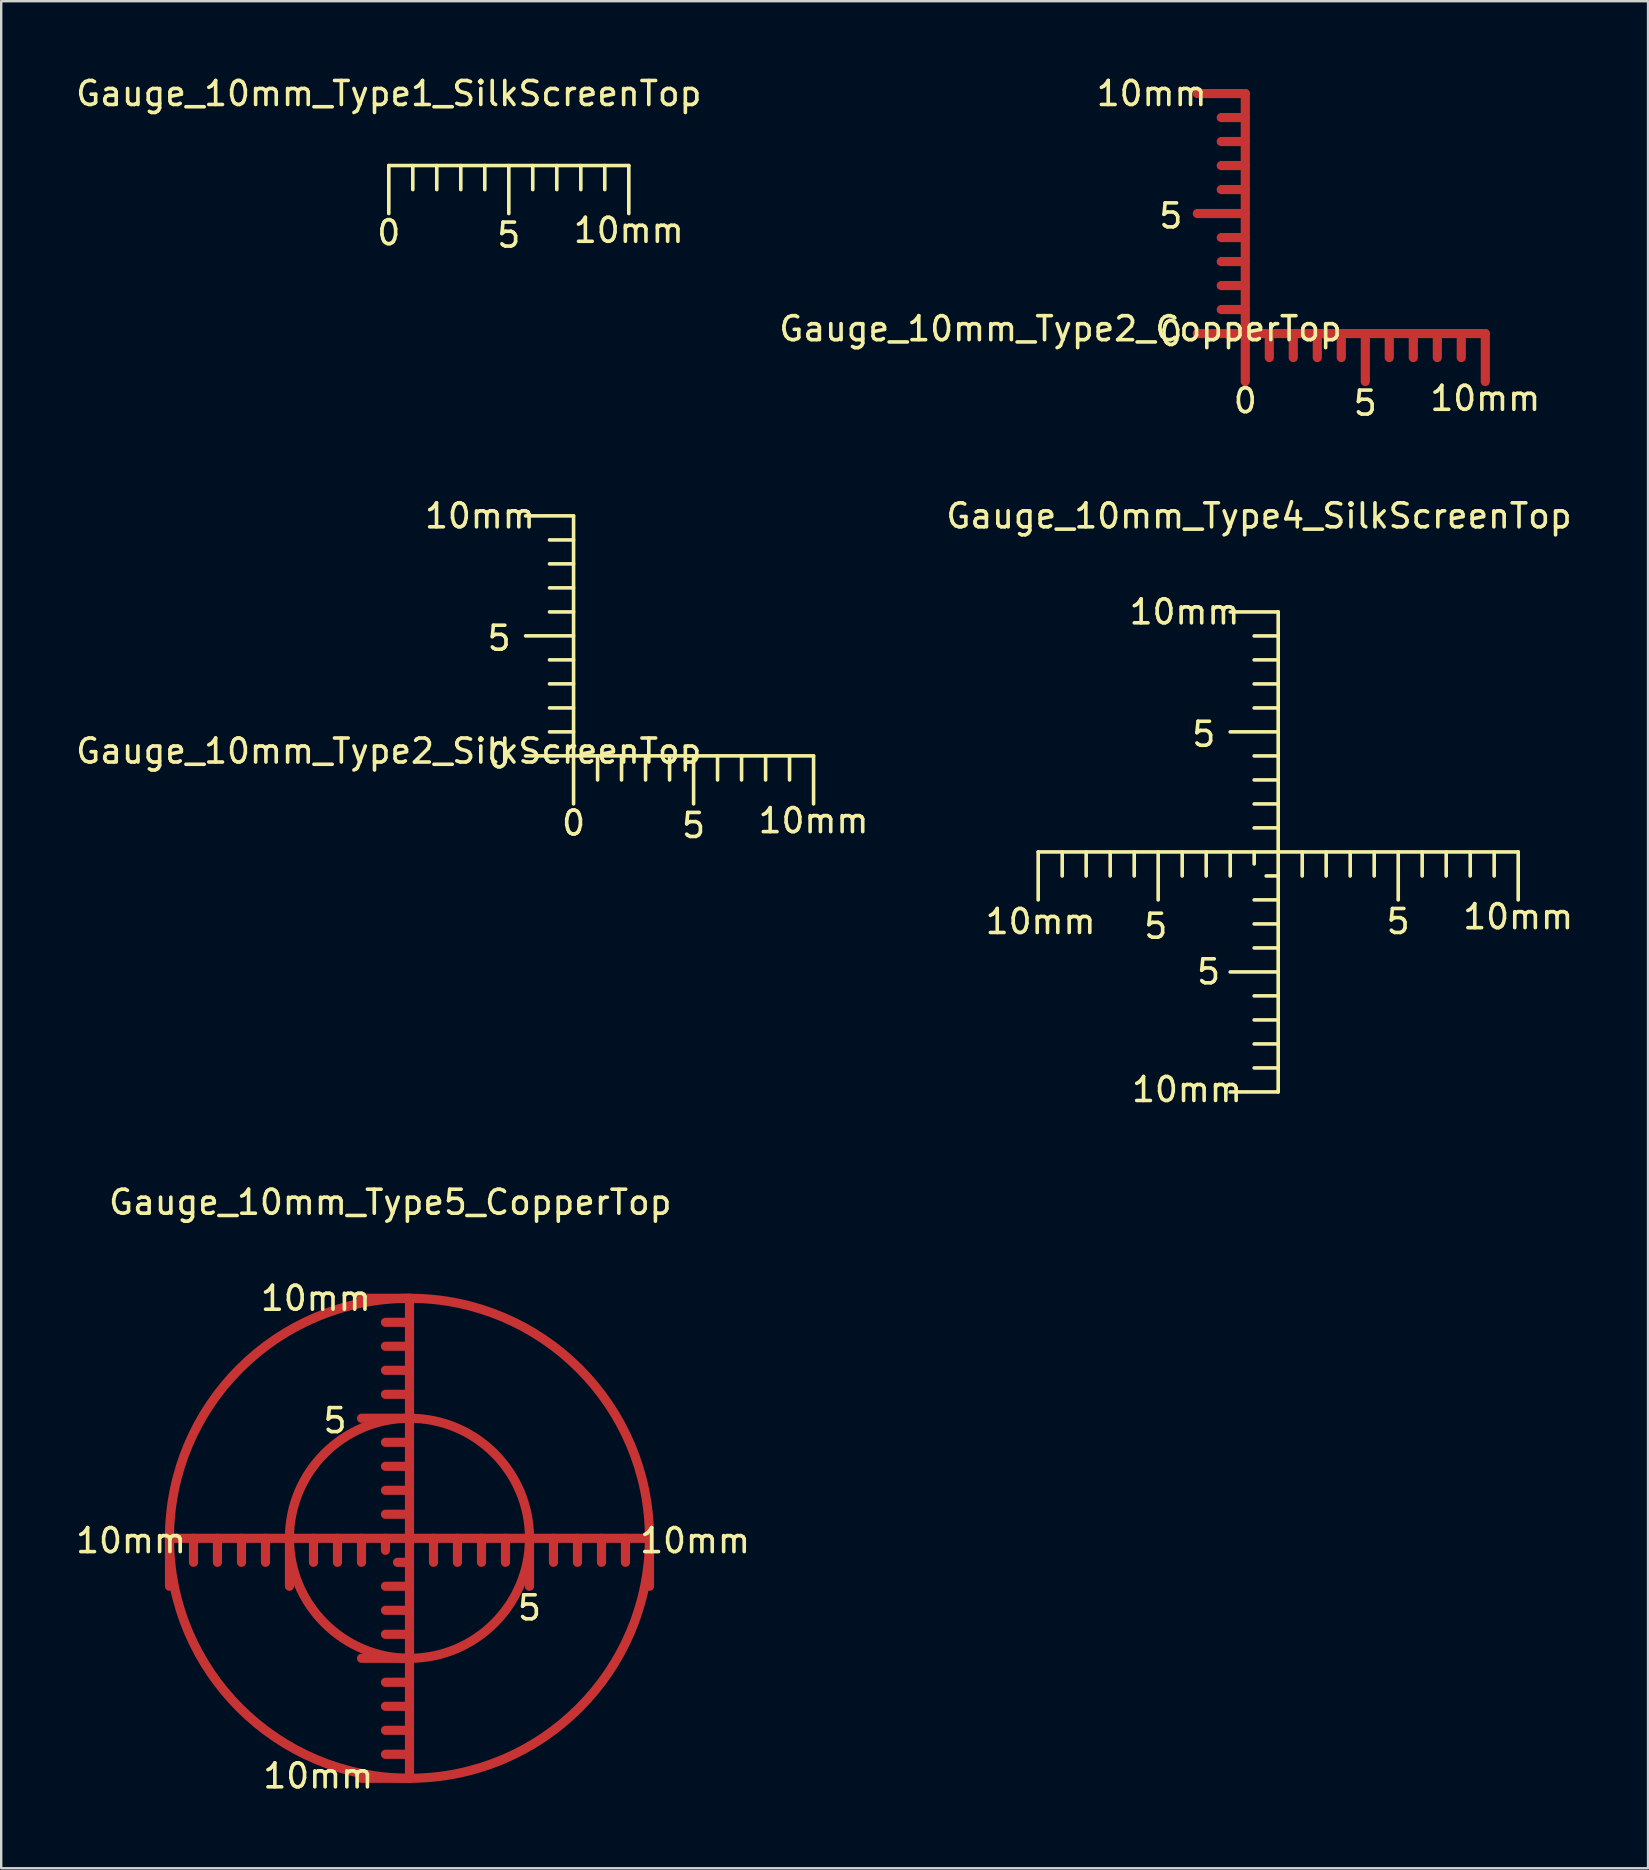
<source format=kicad_pcb>
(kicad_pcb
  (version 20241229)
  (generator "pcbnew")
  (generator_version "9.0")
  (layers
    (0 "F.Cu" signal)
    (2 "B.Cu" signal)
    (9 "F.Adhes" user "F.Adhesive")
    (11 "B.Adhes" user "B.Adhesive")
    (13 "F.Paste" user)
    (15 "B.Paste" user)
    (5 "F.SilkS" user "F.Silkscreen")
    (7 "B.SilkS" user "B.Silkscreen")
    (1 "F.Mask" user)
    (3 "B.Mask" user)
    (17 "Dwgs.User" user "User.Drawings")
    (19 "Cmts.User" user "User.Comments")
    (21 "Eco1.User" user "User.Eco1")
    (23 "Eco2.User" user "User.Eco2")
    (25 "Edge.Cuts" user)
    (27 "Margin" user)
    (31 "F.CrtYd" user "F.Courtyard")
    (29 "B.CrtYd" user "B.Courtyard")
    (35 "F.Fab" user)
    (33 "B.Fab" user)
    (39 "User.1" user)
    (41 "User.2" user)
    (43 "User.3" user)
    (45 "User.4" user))
  (footprint "Gauge_10mm_Type2_CopperTop"
    (layer "F.Cu")
    (at 48.836 10.848)
    (property "Reference" "Gauge_10mm_Type2_CopperTop" (at -7.699 -0.201 0) (layer "F.SilkS") (effects (font (size 1 1) (thickness 0.15))))
    (attr exclude_from_pos_files exclude_from_bom)
    (fp_line (start 0 -10) (end -1.999 -10) (stroke (width 0.381) (type solid)) (layer "F.Cu"))
    (fp_line (start 0 -8.999) (end -1.001 -8.999) (stroke (width 0.381) (type solid)) (layer "F.Cu"))
    (fp_line (start 0 -8.001) (end -1.001 -8.001) (stroke (width 0.381) (type solid)) (layer "F.Cu"))
    (fp_line (start 0 -7) (end -1.001 -7) (stroke (width 0.381) (type solid)) (layer "F.Cu"))
    (fp_line (start 0 -5.999) (end -1.001 -5.999) (stroke (width 0.381) (type solid)) (layer "F.Cu"))
    (fp_line (start 0 -5.001) (end -1.999 -5.001) (stroke (width 0.381) (type solid)) (layer "F.Cu"))
    (fp_line (start 0 -4) (end -1.001 -4) (stroke (width 0.381) (type solid)) (layer "F.Cu"))
    (fp_line (start 0 -3) (end -1.001 -3) (stroke (width 0.381) (type solid)) (layer "F.Cu"))
    (fp_line (start 0 -1.999) (end -1.001 -1.999) (stroke (width 0.381) (type solid)) (layer "F.Cu"))
    (fp_line (start 0 -1.001) (end -1.001 -1.001) (stroke (width 0.381) (type solid)) (layer "F.Cu"))
    (fp_line (start 0 0) (end -1.999 0) (stroke (width 0.381) (type solid)) (layer "F.Cu"))
    (fp_line (start 0 0) (end 0 -10) (stroke (width 0.381) (type solid)) (layer "F.Cu"))
    (fp_line (start 0 0) (end 0 1.999) (stroke (width 0.381) (type solid)) (layer "F.Cu"))
    (fp_line (start 0 0) (end 10 0) (stroke (width 0.381) (type solid)) (layer "F.Cu"))
    (fp_line (start 1.001 0) (end 1.001 1.001) (stroke (width 0.381) (type solid)) (layer "F.Cu"))
    (fp_line (start 1.999 0) (end 1.999 1.001) (stroke (width 0.381) (type solid)) (layer "F.Cu"))
    (fp_line (start 3 0) (end 3 1.001) (stroke (width 0.381) (type solid)) (layer "F.Cu"))
    (fp_line (start 4 0) (end 4 1.001) (stroke (width 0.381) (type solid)) (layer "F.Cu"))
    (fp_line (start 5.001 0) (end 5.001 1.999) (stroke (width 0.381) (type solid)) (layer "F.Cu"))
    (fp_line (start 5.999 0) (end 5.999 1.001) (stroke (width 0.381) (type solid)) (layer "F.Cu"))
    (fp_line (start 7 0) (end 7 1.001) (stroke (width 0.381) (type solid)) (layer "F.Cu"))
    (fp_line (start 8.001 0) (end 8.001 1.001) (stroke (width 0.381) (type solid)) (layer "F.Cu"))
    (fp_line (start 8.999 0) (end 8.999 1.001) (stroke (width 0.381) (type solid)) (layer "F.Cu"))
    (fp_line (start 10 0) (end 10 1.999) (stroke (width 0.381) (type solid)) (layer "F.Cu"))
    (fp_text user "5" (at 4.999 2.901 0) (layer "F.SilkS") (effects (font (size 1 1) (thickness 0.15))))
    (fp_text user "0" (at 0 2.799 0) (layer "F.SilkS") (effects (font (size 1 1) (thickness 0.15))))
    (fp_text user "10mm" (at 10 2.7 0) (layer "F.SilkS") (effects (font (size 1 1) (thickness 0.15))))
    (fp_text user "5" (at -3.101 -4.9 0) (layer "F.SilkS") (effects (font (size 1 1) (thickness 0.15))))
    (fp_text user "0" (at -3.101 0 0) (layer "F.SilkS") (effects (font (size 1 1) (thickness 0.15))))
    (fp_text user "10mm" (at -3.901 -10 0) (layer "F.SilkS") (effects (font (size 1 1) (thickness 0.15)))))
  (footprint "Gauge_10mm_Type2_SilkScreenTop"
    (layer "F.Cu")
    (at 20.848 28.445)
    (property "Reference" "Gauge_10mm_Type2_SilkScreenTop" (at -7.699 -0.201 0) (layer "F.SilkS") (effects (font (size 1 1) (thickness 0.15))))
    (attr exclude_from_pos_files exclude_from_bom)
    (fp_line (start 0 -10) (end -1.999 -10) (stroke (width 0.15) (type solid)) (layer "F.SilkS"))
    (fp_line (start 0 -8.999) (end -1.001 -8.999) (stroke (width 0.15) (type solid)) (layer "F.SilkS"))
    (fp_line (start 0 -8.001) (end -1.001 -8.001) (stroke (width 0.15) (type solid)) (layer "F.SilkS"))
    (fp_line (start 0 -7) (end -1.001 -7) (stroke (width 0.15) (type solid)) (layer "F.SilkS"))
    (fp_line (start 0 -5.999) (end -1.001 -5.999) (stroke (width 0.15) (type solid)) (layer "F.SilkS"))
    (fp_line (start 0 -5.001) (end -1.999 -5.001) (stroke (width 0.15) (type solid)) (layer "F.SilkS"))
    (fp_line (start 0 -4) (end -1.001 -4) (stroke (width 0.15) (type solid)) (layer "F.SilkS"))
    (fp_line (start 0 -3) (end -1.001 -3) (stroke (width 0.15) (type solid)) (layer "F.SilkS"))
    (fp_line (start 0 -1.999) (end -1.001 -1.999) (stroke (width 0.15) (type solid)) (layer "F.SilkS"))
    (fp_line (start 0 -1.001) (end -1.001 -1.001) (stroke (width 0.15) (type solid)) (layer "F.SilkS"))
    (fp_line (start 0 0) (end -1.999 0) (stroke (width 0.15) (type solid)) (layer "F.SilkS"))
    (fp_line (start 0 0) (end 0 -10) (stroke (width 0.15) (type solid)) (layer "F.SilkS"))
    (fp_line (start 0 0) (end 0 1.999) (stroke (width 0.15) (type solid)) (layer "F.SilkS"))
    (fp_line (start 0 0) (end 10 0) (stroke (width 0.15) (type solid)) (layer "F.SilkS"))
    (fp_line (start 1.001 0) (end 1.001 1.001) (stroke (width 0.15) (type solid)) (layer "F.SilkS"))
    (fp_line (start 1.999 0) (end 1.999 1.001) (stroke (width 0.15) (type solid)) (layer "F.SilkS"))
    (fp_line (start 3 0) (end 3 1.001) (stroke (width 0.15) (type solid)) (layer "F.SilkS"))
    (fp_line (start 4 0) (end 4 1.001) (stroke (width 0.15) (type solid)) (layer "F.SilkS"))
    (fp_line (start 5.001 0) (end 5.001 1.999) (stroke (width 0.15) (type solid)) (layer "F.SilkS"))
    (fp_line (start 5.999 0) (end 5.999 1.001) (stroke (width 0.15) (type solid)) (layer "F.SilkS"))
    (fp_line (start 7 0) (end 7 1.001) (stroke (width 0.15) (type solid)) (layer "F.SilkS"))
    (fp_line (start 8.001 0) (end 8.001 1.001) (stroke (width 0.15) (type solid)) (layer "F.SilkS"))
    (fp_line (start 8.999 0) (end 8.999 1.001) (stroke (width 0.15) (type solid)) (layer "F.SilkS"))
    (fp_line (start 10 0) (end 10 1.999) (stroke (width 0.15) (type solid)) (layer "F.SilkS"))
    (fp_text user "10mm" (at 10 2.7 0) (layer "F.SilkS") (effects (font (size 1 1) (thickness 0.15))))
    (fp_text user "0" (at -3.101 0 0) (layer "F.SilkS") (effects (font (size 1 1) (thickness 0.15))))
    (fp_text user "5" (at -3.101 -4.9 0) (layer "F.SilkS") (effects (font (size 1 1) (thickness 0.15))))
    (fp_text user "5" (at 4.999 2.901 0) (layer "F.SilkS") (effects (font (size 1 1) (thickness 0.15))))
    (fp_text user "10mm" (at -3.901 -10 0) (layer "F.SilkS") (effects (font (size 1 1) (thickness 0.15))))
    (fp_text user "0" (at 0 2.799 0) (layer "F.SilkS") (effects (font (size 1 1) (thickness 0.15)))))
  (footprint "Gauge_10mm_Type4_SilkScreenTop"
    (layer "F.Cu")
    (at 50.207 32.446)
    (property "Reference" "Gauge_10mm_Type4_SilkScreenTop" (at -0.8 -14 0) (layer "F.SilkS") (effects (font (size 1 1) (thickness 0.15))))
    (attr exclude_from_pos_files exclude_from_bom)
    (fp_line (start -10 0) (end -10 1.999) (stroke (width 0.15) (type solid)) (layer "F.SilkS"))
    (fp_line (start -8.999 0) (end -8.999 1.001) (stroke (width 0.15) (type solid)) (layer "F.SilkS"))
    (fp_line (start -8.001 0) (end -8.001 1.001) (stroke (width 0.15) (type solid)) (layer "F.SilkS"))
    (fp_line (start -7 0) (end -7 1.001) (stroke (width 0.15) (type solid)) (layer "F.SilkS"))
    (fp_line (start -5.999 0) (end -5.999 1.001) (stroke (width 0.15) (type solid)) (layer "F.SilkS"))
    (fp_line (start -5.001 0) (end -5.001 1.999) (stroke (width 0.15) (type solid)) (layer "F.SilkS"))
    (fp_line (start -4 0) (end -4 1.001) (stroke (width 0.15) (type solid)) (layer "F.SilkS"))
    (fp_line (start -3 0) (end -3 1.001) (stroke (width 0.15) (type solid)) (layer "F.SilkS"))
    (fp_line (start -1.999 0) (end -1.999 1.001) (stroke (width 0.15) (type solid)) (layer "F.SilkS"))
    (fp_line (start -1.001 0) (end -1.001 0.5) (stroke (width 0.15) (type solid)) (layer "F.SilkS"))
    (fp_line (start 0 -10) (end -1.999 -10) (stroke (width 0.15) (type solid)) (layer "F.SilkS"))
    (fp_line (start 0 -8.999) (end -1.001 -8.999) (stroke (width 0.15) (type solid)) (layer "F.SilkS"))
    (fp_line (start 0 -8.001) (end -1.001 -8.001) (stroke (width 0.15) (type solid)) (layer "F.SilkS"))
    (fp_line (start 0 -7) (end -1.001 -7) (stroke (width 0.15) (type solid)) (layer "F.SilkS"))
    (fp_line (start 0 -5.999) (end -1.001 -5.999) (stroke (width 0.15) (type solid)) (layer "F.SilkS"))
    (fp_line (start 0 -5.001) (end -1.999 -5.001) (stroke (width 0.15) (type solid)) (layer "F.SilkS"))
    (fp_line (start 0 -4) (end -1.001 -4) (stroke (width 0.15) (type solid)) (layer "F.SilkS"))
    (fp_line (start 0 -3) (end -1.001 -3) (stroke (width 0.15) (type solid)) (layer "F.SilkS"))
    (fp_line (start 0 -1.999) (end -1.001 -1.999) (stroke (width 0.15) (type solid)) (layer "F.SilkS"))
    (fp_line (start 0 -1.001) (end -1.001 -1.001) (stroke (width 0.15) (type solid)) (layer "F.SilkS"))
    (fp_line (start 0 0) (end -10 0) (stroke (width 0.15) (type solid)) (layer "F.SilkS"))
    (fp_line (start 0 0) (end 0 -10) (stroke (width 0.15) (type solid)) (layer "F.SilkS"))
    (fp_line (start 0 0) (end 0 1.999) (stroke (width 0.15) (type solid)) (layer "F.SilkS"))
    (fp_line (start 0 0) (end 10 0) (stroke (width 0.15) (type solid)) (layer "F.SilkS"))
    (fp_line (start 0 1.001) (end -0.5 1.001) (stroke (width 0.15) (type solid)) (layer "F.SilkS"))
    (fp_line (start 0 1.999) (end -1.001 1.999) (stroke (width 0.15) (type solid)) (layer "F.SilkS"))
    (fp_line (start 0 1.999) (end 0 10) (stroke (width 0.15) (type solid)) (layer "F.SilkS"))
    (fp_line (start 0 3) (end -1.001 3) (stroke (width 0.15) (type solid)) (layer "F.SilkS"))
    (fp_line (start 0 4) (end -1.001 4) (stroke (width 0.15) (type solid)) (layer "F.SilkS"))
    (fp_line (start 0 5.001) (end -1.999 5.001) (stroke (width 0.15) (type solid)) (layer "F.SilkS"))
    (fp_line (start 0 5.999) (end -1.001 5.999) (stroke (width 0.15) (type solid)) (layer "F.SilkS"))
    (fp_line (start 0 7) (end -1.001 7) (stroke (width 0.15) (type solid)) (layer "F.SilkS"))
    (fp_line (start 0 8.001) (end -1.001 8.001) (stroke (width 0.15) (type solid)) (layer "F.SilkS"))
    (fp_line (start 0 8.999) (end -1.001 8.999) (stroke (width 0.15) (type solid)) (layer "F.SilkS"))
    (fp_line (start 0 10) (end -1.999 10) (stroke (width 0.15) (type solid)) (layer "F.SilkS"))
    (fp_line (start 1.001 0) (end 1.001 1.001) (stroke (width 0.15) (type solid)) (layer "F.SilkS"))
    (fp_line (start 1.999 0) (end 1.999 1.001) (stroke (width 0.15) (type solid)) (layer "F.SilkS"))
    (fp_line (start 3 0) (end 3 1.001) (stroke (width 0.15) (type solid)) (layer "F.SilkS"))
    (fp_line (start 4 0) (end 4 1.001) (stroke (width 0.15) (type solid)) (layer "F.SilkS"))
    (fp_line (start 5.001 0) (end 5.001 1.999) (stroke (width 0.15) (type solid)) (layer "F.SilkS"))
    (fp_line (start 5.999 0) (end 5.999 1.001) (stroke (width 0.15) (type solid)) (layer "F.SilkS"))
    (fp_line (start 7 0) (end 7 1.001) (stroke (width 0.15) (type solid)) (layer "F.SilkS"))
    (fp_line (start 8.001 0) (end 8.001 1.001) (stroke (width 0.15) (type solid)) (layer "F.SilkS"))
    (fp_line (start 8.999 0) (end 8.999 1.001) (stroke (width 0.15) (type solid)) (layer "F.SilkS"))
    (fp_line (start 10 0) (end 10 1.999) (stroke (width 0.15) (type solid)) (layer "F.SilkS"))
    (fp_text user "5" (at -5.1 3.099 0) (layer "F.SilkS") (effects (font (size 1 1) (thickness 0.15))))
    (fp_text user "10mm" (at -9.898 2.901 0) (layer "F.SilkS") (effects (font (size 1 1) (thickness 0.15))))
    (fp_text user "5" (at 4.999 2.901 0) (layer "F.SilkS") (effects (font (size 1 1) (thickness 0.15))))
    (fp_text user "10mm" (at -3.8 9.901 0) (layer "F.SilkS") (effects (font (size 1 1) (thickness 0.15))))
    (fp_text user "10mm" (at -3.901 -10 0) (layer "F.SilkS") (effects (font (size 1 1) (thickness 0.15))))
    (fp_text user "10mm" (at 10 2.7 0) (layer "F.SilkS") (effects (font (size 1 1) (thickness 0.15))))
    (fp_text user "5" (at -3.101 -4.9 0) (layer "F.SilkS") (effects (font (size 1 1) (thickness 0.15))))
    (fp_text user "5" (at -2.901 4.999 0) (layer "F.SilkS") (effects (font (size 1 1) (thickness 0.15)))))
  (footprint "Gauge_10mm_Type5_CopperTop"
    (layer "F.Cu")
    (at 14.011 61.044)
    (property "Reference" "Gauge_10mm_Type5_CopperTop" (at -0.8 -14 0) (layer "F.SilkS") (effects (font (size 1 1) (thickness 0.15))))
    (attr exclude_from_pos_files exclude_from_bom)
    (fp_line (start -10 0) (end -10 1.999) (stroke (width 0.381) (type solid)) (layer "F.Cu"))
    (fp_line (start -8.999 0) (end -8.999 1.001) (stroke (width 0.381) (type solid)) (layer "F.Cu"))
    (fp_line (start -8.001 0) (end -8.001 1.001) (stroke (width 0.381) (type solid)) (layer "F.Cu"))
    (fp_line (start -7 0) (end -7 1.001) (stroke (width 0.381) (type solid)) (layer "F.Cu"))
    (fp_line (start -5.999 0) (end -5.999 1.001) (stroke (width 0.381) (type solid)) (layer "F.Cu"))
    (fp_line (start -5.001 0) (end -5.001 1.999) (stroke (width 0.381) (type solid)) (layer "F.Cu"))
    (fp_line (start -4 0) (end -4 1.001) (stroke (width 0.381) (type solid)) (layer "F.Cu"))
    (fp_line (start -3 0) (end -3 1.001) (stroke (width 0.381) (type solid)) (layer "F.Cu"))
    (fp_line (start -1.999 0) (end -1.999 1.001) (stroke (width 0.381) (type solid)) (layer "F.Cu"))
    (fp_line (start -1.001 0) (end -1.001 0.5) (stroke (width 0.381) (type solid)) (layer "F.Cu"))
    (fp_line (start 0 -10) (end -1.999 -10) (stroke (width 0.381) (type solid)) (layer "F.Cu"))
    (fp_line (start 0 -8.999) (end -1.001 -8.999) (stroke (width 0.381) (type solid)) (layer "F.Cu"))
    (fp_line (start 0 -8.001) (end -1.001 -8.001) (stroke (width 0.381) (type solid)) (layer "F.Cu"))
    (fp_line (start 0 -7) (end -1.001 -7) (stroke (width 0.381) (type solid)) (layer "F.Cu"))
    (fp_line (start 0 -5.999) (end -1.001 -5.999) (stroke (width 0.381) (type solid)) (layer "F.Cu"))
    (fp_line (start 0 -5.001) (end -1.999 -5.001) (stroke (width 0.381) (type solid)) (layer "F.Cu"))
    (fp_line (start 0 -4) (end -1.001 -4) (stroke (width 0.381) (type solid)) (layer "F.Cu"))
    (fp_line (start 0 -3) (end -1.001 -3) (stroke (width 0.381) (type solid)) (layer "F.Cu"))
    (fp_line (start 0 -1.999) (end -1.001 -1.999) (stroke (width 0.381) (type solid)) (layer "F.Cu"))
    (fp_line (start 0 -1.001) (end -1.001 -1.001) (stroke (width 0.381) (type solid)) (layer "F.Cu"))
    (fp_line (start 0 0) (end -10 0) (stroke (width 0.381) (type solid)) (layer "F.Cu"))
    (fp_line (start 0 0) (end 0 -10) (stroke (width 0.381) (type solid)) (layer "F.Cu"))
    (fp_line (start 0 0) (end 0 1.999) (stroke (width 0.381) (type solid)) (layer "F.Cu"))
    (fp_line (start 0 0) (end 10 0) (stroke (width 0.381) (type solid)) (layer "F.Cu"))
    (fp_line (start 0 1.001) (end -0.5 1.001) (stroke (width 0.381) (type solid)) (layer "F.Cu"))
    (fp_line (start 0 1.999) (end -1.001 1.999) (stroke (width 0.381) (type solid)) (layer "F.Cu"))
    (fp_line (start 0 1.999) (end 0 10) (stroke (width 0.381) (type solid)) (layer "F.Cu"))
    (fp_line (start 0 3) (end -1.001 3) (stroke (width 0.381) (type solid)) (layer "F.Cu"))
    (fp_line (start 0 4) (end -1.001 4) (stroke (width 0.381) (type solid)) (layer "F.Cu"))
    (fp_line (start 0 5.001) (end -1.999 5.001) (stroke (width 0.381) (type solid)) (layer "F.Cu"))
    (fp_line (start 0 5.999) (end -1.001 5.999) (stroke (width 0.381) (type solid)) (layer "F.Cu"))
    (fp_line (start 0 7) (end -1.001 7) (stroke (width 0.381) (type solid)) (layer "F.Cu"))
    (fp_line (start 0 8.001) (end -1.001 8.001) (stroke (width 0.381) (type solid)) (layer "F.Cu"))
    (fp_line (start 0 8.999) (end -1.001 8.999) (stroke (width 0.381) (type solid)) (layer "F.Cu"))
    (fp_line (start 0 10) (end -1.999 10) (stroke (width 0.381) (type solid)) (layer "F.Cu"))
    (fp_line (start 1.001 0) (end 1.001 1.001) (stroke (width 0.381) (type solid)) (layer "F.Cu"))
    (fp_line (start 1.999 0) (end 1.999 1.001) (stroke (width 0.381) (type solid)) (layer "F.Cu"))
    (fp_line (start 3 0) (end 3 1.001) (stroke (width 0.381) (type solid)) (layer "F.Cu"))
    (fp_line (start 4 0) (end 4 1.001) (stroke (width 0.381) (type solid)) (layer "F.Cu"))
    (fp_line (start 5.001 0) (end 5.001 1.999) (stroke (width 0.381) (type solid)) (layer "F.Cu"))
    (fp_line (start 5.999 0) (end 5.999 1.001) (stroke (width 0.381) (type solid)) (layer "F.Cu"))
    (fp_line (start 7 0) (end 7 1.001) (stroke (width 0.381) (type solid)) (layer "F.Cu"))
    (fp_line (start 8.001 0) (end 8.001 1.001) (stroke (width 0.381) (type solid)) (layer "F.Cu"))
    (fp_line (start 8.999 0) (end 8.999 1.001) (stroke (width 0.381) (type solid)) (layer "F.Cu"))
    (fp_line (start 10 0) (end 10 1.999) (stroke (width 0.381) (type solid)) (layer "F.Cu"))
    (fp_circle (center 0 0) (end 5.001 0) (stroke (width 0.381) (type solid)) (fill no) (layer "F.Cu"))
    (fp_circle (center 0 0) (end 10 0) (stroke (width 0.381) (type solid)) (fill no) (layer "F.Cu"))
    (fp_text user "10mm" (at -3.901 -10 0) (layer "F.SilkS") (effects (font (size 1 1) (thickness 0.15))))
    (fp_text user "10mm" (at -11.6 0.099 0) (layer "F.SilkS") (effects (font (size 1 1) (thickness 0.15))))
    (fp_text user "5" (at -3.101 -4.9 0) (layer "F.SilkS") (effects (font (size 1 1) (thickness 0.15))))
    (fp_text user "5" (at 4.999 2.901 0) (layer "F.SilkS") (effects (font (size 1 1) (thickness 0.15))))
    (fp_text user "10mm" (at 11.9 0.099 0) (layer "F.SilkS") (effects (font (size 1 1) (thickness 0.15))))
    (fp_text user "10mm" (at -3.8 9.901 0) (layer "F.SilkS") (effects (font (size 1 1) (thickness 0.15)))))
  (footprint "Gauge_10mm_Type1_SilkScreenTop"
    (layer "F.Cu")
    (at 13.149 3.848)
    (property "Reference" "Gauge_10mm_Type1_SilkScreenTop" (at 0 -3 0) (layer "F.SilkS") (effects (font (size 1 1) (thickness 0.15))))
    (attr exclude_from_pos_files exclude_from_bom)
    (fp_line (start 0 0) (end 0 1.999) (stroke (width 0.15) (type solid)) (layer "F.SilkS"))
    (fp_line (start 0 0) (end 10 0) (stroke (width 0.15) (type solid)) (layer "F.SilkS"))
    (fp_line (start 1.001 0) (end 1.001 1.001) (stroke (width 0.15) (type solid)) (layer "F.SilkS"))
    (fp_line (start 1.999 0) (end 1.999 1.001) (stroke (width 0.15) (type solid)) (layer "F.SilkS"))
    (fp_line (start 3 0) (end 3 1.001) (stroke (width 0.15) (type solid)) (layer "F.SilkS"))
    (fp_line (start 4 0) (end 4 1.001) (stroke (width 0.15) (type solid)) (layer "F.SilkS"))
    (fp_line (start 5.001 0) (end 5.001 1.999) (stroke (width 0.15) (type solid)) (layer "F.SilkS"))
    (fp_line (start 5.999 0) (end 5.999 1.001) (stroke (width 0.15) (type solid)) (layer "F.SilkS"))
    (fp_line (start 7 0) (end 7 1.001) (stroke (width 0.15) (type solid)) (layer "F.SilkS"))
    (fp_line (start 8.001 0) (end 8.001 1.001) (stroke (width 0.15) (type solid)) (layer "F.SilkS"))
    (fp_line (start 8.999 0) (end 8.999 1.001) (stroke (width 0.15) (type solid)) (layer "F.SilkS"))
    (fp_line (start 10 0) (end 10 1.999) (stroke (width 0.15) (type solid)) (layer "F.SilkS"))
    (fp_text user "10mm" (at 10 2.7 0) (layer "F.SilkS") (effects (font (size 1 1) (thickness 0.15))))
    (fp_text user "0" (at 0 2.799 0) (layer "F.SilkS") (effects (font (size 1 1) (thickness 0.15))))
    (fp_text user "5" (at 4.999 2.901 0) (layer "F.SilkS") (effects (font (size 1 1) (thickness 0.15)))))
  (gr_rect
    (start -3 -3)
    (end 65.618 74.793)
    (stroke (width 0.1) (type default))
    (fill no)
    (layer "Edge.Cuts")))
</source>
